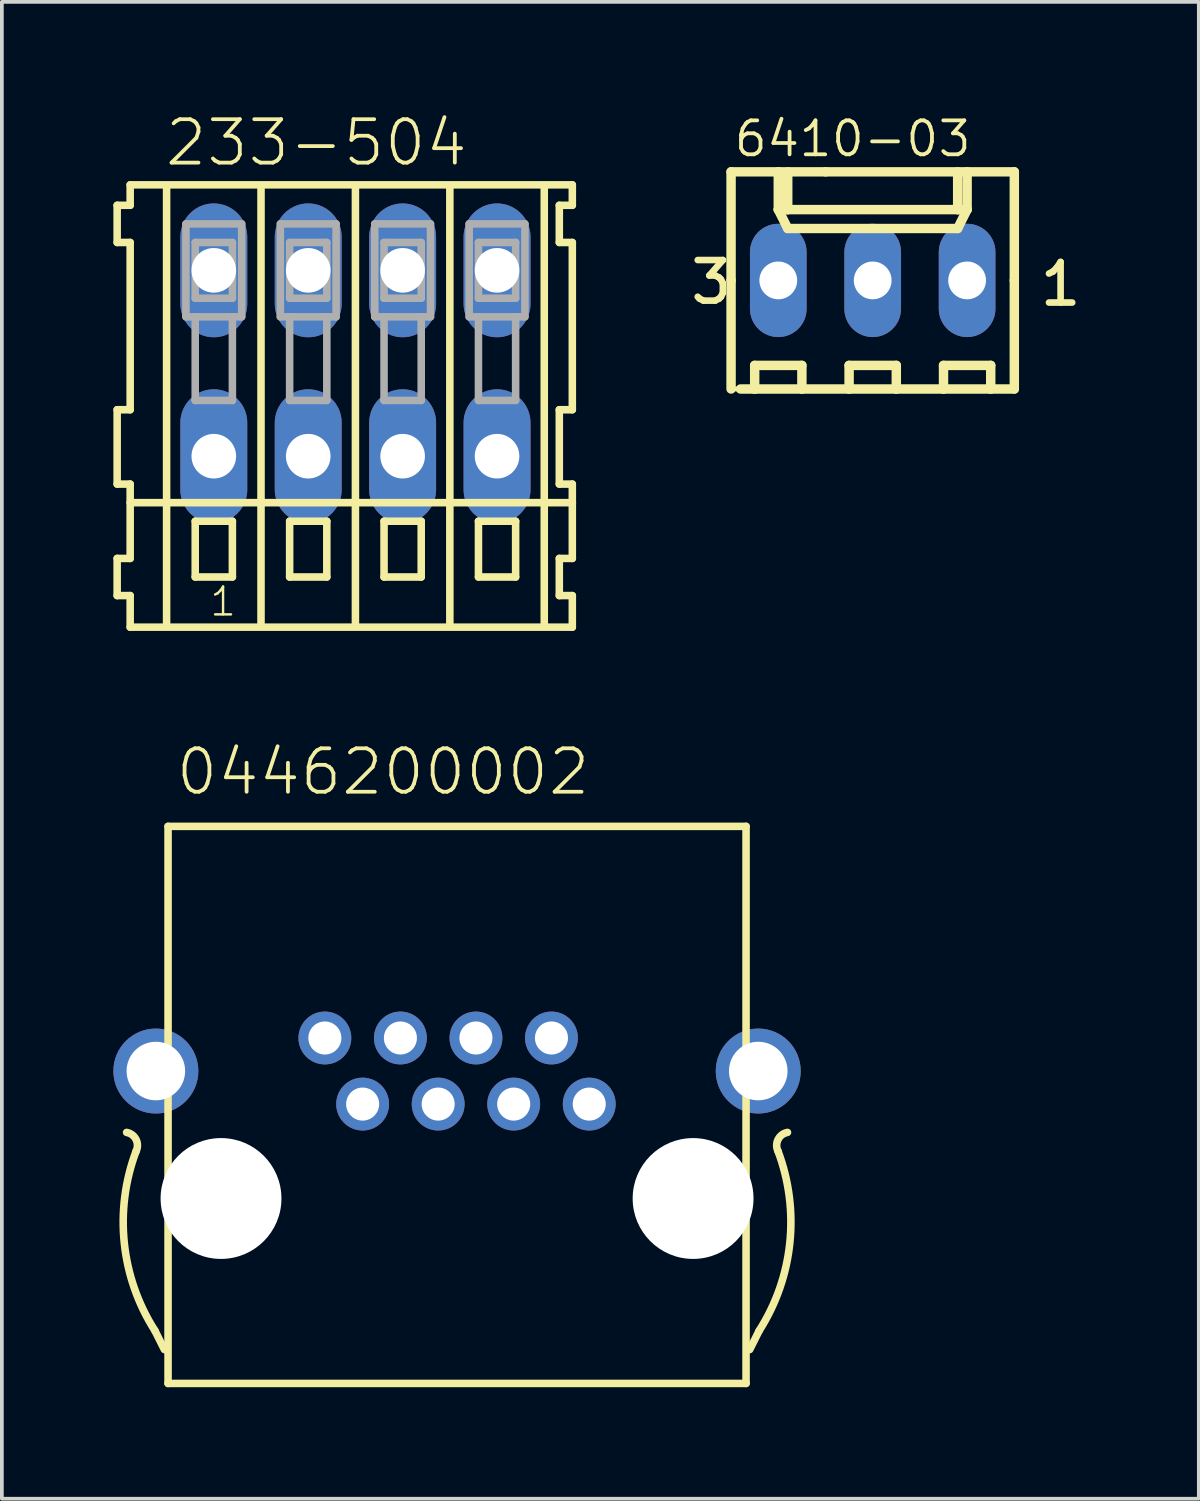
<source format=kicad_pcb>
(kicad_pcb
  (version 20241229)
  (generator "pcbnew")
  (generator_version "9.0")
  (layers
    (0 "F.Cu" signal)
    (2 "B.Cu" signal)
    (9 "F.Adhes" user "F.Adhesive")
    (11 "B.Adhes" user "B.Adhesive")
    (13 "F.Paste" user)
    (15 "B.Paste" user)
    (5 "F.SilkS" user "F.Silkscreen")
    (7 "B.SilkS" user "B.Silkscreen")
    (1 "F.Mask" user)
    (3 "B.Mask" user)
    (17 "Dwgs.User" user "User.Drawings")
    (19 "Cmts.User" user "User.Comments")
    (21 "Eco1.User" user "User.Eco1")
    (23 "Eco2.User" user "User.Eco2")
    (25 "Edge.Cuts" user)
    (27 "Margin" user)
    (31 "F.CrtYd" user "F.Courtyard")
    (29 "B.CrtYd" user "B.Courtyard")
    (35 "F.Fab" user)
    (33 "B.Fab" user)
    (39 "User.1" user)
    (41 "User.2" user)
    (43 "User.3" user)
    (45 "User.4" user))
  (footprint "6410-03"
    (layer "F.Cu")
    (at 20.428 4.494)
    (property "Reference" "6410-03" (at -3.783 -3.275 0) (layer "F.SilkS") (effects (font (size 0.914 0.914) (thickness 0.102)) (justify left bottom)))
    (fp_line (start -3.81 -2.921) (end -2.54 -2.921) (stroke (width 0.254) (type solid)) (layer "F.SilkS"))
    (fp_line (start -3.81 0) (end -3.81 -2.921) (stroke (width 0.254) (type solid)) (layer "F.SilkS"))
    (fp_line (start -3.81 0) (end -3.81 2.921) (stroke (width 0.254) (type solid)) (layer "F.SilkS"))
    (fp_line (start -3.81 2.921) (end -1.27 2.921) (stroke (width 0.127) (type solid)) (layer "F.SilkS"))
    (fp_line (start -3.556 2.921) (end -3.175 2.921) (stroke (width 0.254) (type solid)) (layer "F.SilkS"))
    (fp_line (start -3.175 2.286) (end -1.905 2.286) (stroke (width 0.254) (type solid)) (layer "F.SilkS"))
    (fp_line (start -3.175 2.921) (end -3.175 2.286) (stroke (width 0.254) (type solid)) (layer "F.SilkS"))
    (fp_line (start -2.54 -2.921) (end -1.27 -2.921) (stroke (width 0.254) (type solid)) (layer "F.SilkS"))
    (fp_line (start -2.54 -2.54) (end -2.54 -2.921) (stroke (width 0.127) (type solid)) (layer "F.SilkS"))
    (fp_line (start -2.54 -1.905) (end -2.54 -2.921) (stroke (width 0.254) (type solid)) (layer "F.SilkS"))
    (fp_line (start -2.54 -1.905) (end -2.286 -1.905) (stroke (width 0.254) (type solid)) (layer "F.SilkS"))
    (fp_line (start -2.54 -1.905) (end -2.286 -1.397) (stroke (width 0.254) (type solid)) (layer "F.SilkS"))
    (fp_line (start -2.286 -2.921) (end -2.54 -2.921) (stroke (width 0.127) (type solid)) (layer "F.SilkS"))
    (fp_line (start -2.286 -2.921) (end -2.286 -1.905) (stroke (width 0.254) (type solid)) (layer "F.SilkS"))
    (fp_line (start -2.286 -1.905) (end 2.286 -1.905) (stroke (width 0.254) (type solid)) (layer "F.SilkS"))
    (fp_line (start -2.286 -1.397) (end 2.286 -1.397) (stroke (width 0.254) (type solid)) (layer "F.SilkS"))
    (fp_line (start -1.905 2.286) (end -1.905 2.921) (stroke (width 0.254) (type solid)) (layer "F.SilkS"))
    (fp_line (start -1.905 2.921) (end -3.175 2.921) (stroke (width 0.254) (type solid)) (layer "F.SilkS"))
    (fp_line (start -1.905 2.921) (end -0.635 2.921) (stroke (width 0.254) (type solid)) (layer "F.SilkS"))
    (fp_line (start -0.635 2.286) (end 0.635 2.286) (stroke (width 0.254) (type solid)) (layer "F.SilkS"))
    (fp_line (start -0.635 2.921) (end -1.27 2.921) (stroke (width 0.127) (type solid)) (layer "F.SilkS"))
    (fp_line (start -0.635 2.921) (end -0.635 2.286) (stroke (width 0.254) (type solid)) (layer "F.SilkS"))
    (fp_line (start 0.635 2.286) (end 0.635 2.921) (stroke (width 0.254) (type solid)) (layer "F.SilkS"))
    (fp_line (start 0.635 2.921) (end -0.635 2.921) (stroke (width 0.254) (type solid)) (layer "F.SilkS"))
    (fp_line (start 0.635 2.921) (end 1.905 2.921) (stroke (width 0.254) (type solid)) (layer "F.SilkS"))
    (fp_line (start 1.905 2.286) (end 3.175 2.286) (stroke (width 0.254) (type solid)) (layer "F.SilkS"))
    (fp_line (start 1.905 2.921) (end 1.905 2.286) (stroke (width 0.254) (type solid)) (layer "F.SilkS"))
    (fp_line (start 2.286 -2.921) (end 2.286 -1.905) (stroke (width 0.254) (type solid)) (layer "F.SilkS"))
    (fp_line (start 2.286 -1.905) (end 2.54 -1.905) (stroke (width 0.254) (type solid)) (layer "F.SilkS"))
    (fp_line (start 2.286 -1.397) (end 2.54 -1.905) (stroke (width 0.254) (type solid)) (layer "F.SilkS"))
    (fp_line (start 2.54 -1.905) (end 2.54 -2.921) (stroke (width 0.254) (type solid)) (layer "F.SilkS"))
    (fp_line (start 3.175 2.286) (end 3.175 2.921) (stroke (width 0.254) (type solid)) (layer "F.SilkS"))
    (fp_line (start 3.175 2.921) (end 1.905 2.921) (stroke (width 0.254) (type solid)) (layer "F.SilkS"))
    (fp_line (start 3.175 2.921) (end 3.81 2.921) (stroke (width 0.254) (type solid)) (layer "F.SilkS"))
    (fp_line (start 3.81 -2.921) (end -1.27 -2.921) (stroke (width 0.254) (type solid)) (layer "F.SilkS"))
    (fp_line (start 3.81 0) (end 3.81 -2.921) (stroke (width 0.254) (type solid)) (layer "F.SilkS"))
    (fp_line (start 3.81 0) (end 3.81 2.921) (stroke (width 0.254) (type solid)) (layer "F.SilkS"))
    (fp_poly (pts (xy -2.794 0.254) (xy -2.286 0.254) (xy -2.286 -0.254) (xy -2.794 -0.254)) (stroke (width 0.1) (type default)) (fill no) (layer "F.Fab"))
    (fp_poly (pts (xy -0.254 0.254) (xy 0.254 0.254) (xy 0.254 -0.254) (xy -0.254 -0.254)) (stroke (width 0.1) (type default)) (fill no) (layer "F.Fab"))
    (fp_poly (pts (xy 2.286 0.254) (xy 2.794 0.254) (xy 2.794 -0.254) (xy 2.286 -0.254)) (stroke (width 0.1) (type default)) (fill no) (layer "F.Fab"))
    (fp_text user "3" (at -4.98 0.687 0) (layer "F.SilkS") (effects (font (size 1.092 1.092) (thickness 0.178)) (justify left bottom)))
    (fp_text user "1" (at 4.418 0.738 0) (layer "F.SilkS") (effects (font (size 1.092 1.092) (thickness 0.178)) (justify left bottom)))
    (pad "1" thru_hole oval (at 2.54 0 90) (size 3.048 1.524) (drill 1.016) (layers "*.Cu" "*.Mask"))
    (pad "2" thru_hole oval (at 0 0 90) (size 3.048 1.524) (drill 1.016) (layers "*.Cu" "*.Mask"))
    (pad "3" thru_hole oval (at -2.54 0 90) (size 3.048 1.524) (drill 1.016) (layers "*.Cu" "*.Mask")))
  (footprint "0446200002"
    (layer "F.Cu")
    (at 9.246 29.193)
    (property "Reference" "0446200002" (at -7.62 -10.795 0) (layer "F.SilkS") (effects (font (size 1.168 1.168) (thickness 0.102)) (justify left bottom)))
    (fp_line (start -7.874 4.064) (end -8.128 3.556) (stroke (width 0.203) (type solid)) (layer "F.SilkS"))
    (fp_line (start -7.775 -10.011) (end 7.775 -10.011) (stroke (width 0.203) (type solid)) (layer "F.SilkS"))
    (fp_line (start -7.775 4.975) (end -7.775 -10.011) (stroke (width 0.203) (type solid)) (layer "F.SilkS"))
    (fp_line (start -7.775 4.975) (end 7.775 4.975) (stroke (width 0.203) (type solid)) (layer "F.SilkS"))
    (fp_line (start 7.775 4.975) (end 7.775 -10.011) (stroke (width 0.203) (type solid)) (layer "F.SilkS"))
    (fp_line (start 7.874 4.064) (end 8.128 3.556) (stroke (width 0.203) (type solid)) (layer "F.SilkS"))
    (fp_arc (start -8.889999 -1.777999) (mid -8.636 -1.587499) (end -8.636 -1.27) (stroke (width 0.2032) (type solid)) (layer "F.SilkS"))
    (fp_arc (start -8.128 3.556) (mid -8.951632 1.202961) (end -8.636 -1.270001) (stroke (width 0.2032) (type solid)) (layer "F.SilkS"))
    (fp_arc (start 8.636 -1.270001) (mid 8.951632 1.202961) (end 8.128 3.556) (stroke (width 0.2032) (type solid)) (layer "F.SilkS"))
    (fp_arc (start 8.636 -1.27) (mid 8.636 -1.587499) (end 8.889999 -1.777999) (stroke (width 0.2032) (type solid)) (layer "F.SilkS"))
    (pad "" np_thru_hole circle (at -6.35 0) (size 3.251 3.251) (drill 3.251) (layers "*.Cu" "*.Mask"))
    (pad "" np_thru_hole circle (at 6.35 0) (size 3.251 3.251) (drill 3.251) (layers "*.Cu" "*.Mask"))
    (pad "1" thru_hole circle (at 3.556 -2.54) (size 1.422 1.422) (drill 0.889) (layers "*.Cu" "*.Mask"))
    (pad "2" thru_hole circle (at 2.54 -4.318) (size 1.422 1.422) (drill 0.889) (layers "*.Cu" "*.Mask"))
    (pad "3" thru_hole circle (at 1.524 -2.54) (size 1.422 1.422) (drill 0.889) (layers "*.Cu" "*.Mask"))
    (pad "4" thru_hole circle (at 0.508 -4.318) (size 1.422 1.422) (drill 0.889) (layers "*.Cu" "*.Mask"))
    (pad "5" thru_hole circle (at -0.508 -2.54) (size 1.422 1.422) (drill 0.889) (layers "*.Cu" "*.Mask"))
    (pad "6" thru_hole circle (at -1.524 -4.318) (size 1.422 1.422) (drill 0.889) (layers "*.Cu" "*.Mask"))
    (pad "7" thru_hole circle (at -2.54 -2.54) (size 1.422 1.422) (drill 0.889) (layers "*.Cu" "*.Mask"))
    (pad "8" thru_hole circle (at -3.556 -4.318) (size 1.422 1.422) (drill 0.889) (layers "*.Cu" "*.Mask"))
    (pad "S@1" thru_hole circle (at -8.103 -3.429) (size 2.286 2.286) (drill 1.575) (layers "*.Cu" "*.Mask"))
    (pad "S@2" thru_hole circle (at 8.103 -3.429) (size 2.286 2.286) (drill 1.575) (layers "*.Cu" "*.Mask")))
  (footprint "233-504"
    (layer "F.Cu")
    (at 6.512 6.723)
    (property "Reference" "233-504" (at -5.18 -5.25 0) (layer "F.SilkS") (effects (font (size 1.168 1.168) (thickness 0.102)) (justify left bottom)))
    (fp_line (start -6.41 -4.25) (end -6.41 -3.25) (stroke (width 0.203) (type solid)) (layer "F.SilkS"))
    (fp_line (start -6.41 -3.25) (end -6.06 -3.25) (stroke (width 0.203) (type solid)) (layer "F.SilkS"))
    (fp_line (start -6.41 1.25) (end -6.41 3.25) (stroke (width 0.203) (type solid)) (layer "F.SilkS"))
    (fp_line (start -6.41 3.25) (end -6.06 3.25) (stroke (width 0.203) (type solid)) (layer "F.SilkS"))
    (fp_line (start -6.41 5.25) (end -6.41 6.25) (stroke (width 0.203) (type solid)) (layer "F.SilkS"))
    (fp_line (start -6.41 6.25) (end -6.06 6.25) (stroke (width 0.203) (type solid)) (layer "F.SilkS"))
    (fp_line (start -6.06 -4.8) (end -6.06 -4.25) (stroke (width 0.203) (type solid)) (layer "F.SilkS"))
    (fp_line (start -6.06 -4.25) (end -6.41 -4.25) (stroke (width 0.203) (type solid)) (layer "F.SilkS"))
    (fp_line (start -6.06 -3.25) (end -6.06 1.25) (stroke (width 0.203) (type solid)) (layer "F.SilkS"))
    (fp_line (start -6.06 1.25) (end -6.41 1.25) (stroke (width 0.203) (type solid)) (layer "F.SilkS"))
    (fp_line (start -6.06 3.25) (end -6.06 5.25) (stroke (width 0.203) (type solid)) (layer "F.SilkS"))
    (fp_line (start -6.06 3.75) (end 5.835 3.75) (stroke (width 0.203) (type solid)) (layer "F.SilkS"))
    (fp_line (start -6.06 5.25) (end -6.41 5.25) (stroke (width 0.203) (type solid)) (layer "F.SilkS"))
    (fp_line (start -6.06 6.25) (end -6.06 7.1) (stroke (width 0.203) (type solid)) (layer "F.SilkS"))
    (fp_line (start -6.06 7.1) (end 5.835 7.1) (stroke (width 0.203) (type solid)) (layer "F.SilkS"))
    (fp_line (start -5.08 6.985) (end -5.08 -4.699) (stroke (width 0.203) (type solid)) (layer "F.SilkS"))
    (fp_line (start -4.31 4.25) (end -4.31 5.75) (stroke (width 0.203) (type solid)) (layer "F.SilkS"))
    (fp_line (start -4.31 5.75) (end -3.31 5.75) (stroke (width 0.203) (type solid)) (layer "F.SilkS"))
    (fp_line (start -3.31 4.25) (end -4.31 4.25) (stroke (width 0.203) (type solid)) (layer "F.SilkS"))
    (fp_line (start -3.31 5.75) (end -3.31 4.25) (stroke (width 0.203) (type solid)) (layer "F.SilkS"))
    (fp_line (start -2.54 6.985) (end -2.54 -4.699) (stroke (width 0.203) (type solid)) (layer "F.SilkS"))
    (fp_line (start -1.77 4.25) (end -1.77 5.75) (stroke (width 0.203) (type solid)) (layer "F.SilkS"))
    (fp_line (start -1.77 5.75) (end -0.77 5.75) (stroke (width 0.203) (type solid)) (layer "F.SilkS"))
    (fp_line (start -0.77 4.25) (end -1.77 4.25) (stroke (width 0.203) (type solid)) (layer "F.SilkS"))
    (fp_line (start -0.77 5.75) (end -0.77 4.25) (stroke (width 0.203) (type solid)) (layer "F.SilkS"))
    (fp_line (start 0 6.985) (end 0 -4.699) (stroke (width 0.203) (type solid)) (layer "F.SilkS"))
    (fp_line (start 0.77 4.25) (end 0.77 5.75) (stroke (width 0.203) (type solid)) (layer "F.SilkS"))
    (fp_line (start 0.77 5.75) (end 1.77 5.75) (stroke (width 0.203) (type solid)) (layer "F.SilkS"))
    (fp_line (start 1.77 4.25) (end 0.77 4.25) (stroke (width 0.203) (type solid)) (layer "F.SilkS"))
    (fp_line (start 1.77 5.75) (end 1.77 4.25) (stroke (width 0.203) (type solid)) (layer "F.SilkS"))
    (fp_line (start 2.54 6.985) (end 2.54 -4.699) (stroke (width 0.203) (type solid)) (layer "F.SilkS"))
    (fp_line (start 3.31 4.25) (end 3.31 5.75) (stroke (width 0.203) (type solid)) (layer "F.SilkS"))
    (fp_line (start 3.31 5.75) (end 4.31 5.75) (stroke (width 0.203) (type solid)) (layer "F.SilkS"))
    (fp_line (start 4.31 4.25) (end 3.31 4.25) (stroke (width 0.203) (type solid)) (layer "F.SilkS"))
    (fp_line (start 4.31 5.75) (end 4.31 4.25) (stroke (width 0.203) (type solid)) (layer "F.SilkS"))
    (fp_line (start 5.08 6.985) (end 5.08 -4.699) (stroke (width 0.203) (type solid)) (layer "F.SilkS"))
    (fp_line (start 5.485 -4.25) (end 5.485 -3.25) (stroke (width 0.203) (type solid)) (layer "F.SilkS"))
    (fp_line (start 5.485 -3.25) (end 5.835 -3.25) (stroke (width 0.203) (type solid)) (layer "F.SilkS"))
    (fp_line (start 5.485 1.25) (end 5.485 3.25) (stroke (width 0.203) (type solid)) (layer "F.SilkS"))
    (fp_line (start 5.485 3.25) (end 5.835 3.25) (stroke (width 0.203) (type solid)) (layer "F.SilkS"))
    (fp_line (start 5.485 5.25) (end 5.485 6.25) (stroke (width 0.203) (type solid)) (layer "F.SilkS"))
    (fp_line (start 5.485 6.25) (end 5.835 6.25) (stroke (width 0.203) (type solid)) (layer "F.SilkS"))
    (fp_line (start 5.835 -4.8) (end -6.06 -4.8) (stroke (width 0.203) (type solid)) (layer "F.SilkS"))
    (fp_line (start 5.835 -4.25) (end 5.485 -4.25) (stroke (width 0.203) (type solid)) (layer "F.SilkS"))
    (fp_line (start 5.835 -4.25) (end 5.835 -4.8) (stroke (width 0.203) (type solid)) (layer "F.SilkS"))
    (fp_line (start 5.835 1.25) (end 5.485 1.25) (stroke (width 0.203) (type solid)) (layer "F.SilkS"))
    (fp_line (start 5.835 1.25) (end 5.835 -3.25) (stroke (width 0.203) (type solid)) (layer "F.SilkS"))
    (fp_line (start 5.835 3.75) (end 5.835 3.25) (stroke (width 0.203) (type solid)) (layer "F.SilkS"))
    (fp_line (start 5.835 5.25) (end 5.485 5.25) (stroke (width 0.203) (type solid)) (layer "F.SilkS"))
    (fp_line (start 5.835 5.25) (end 5.835 3.75) (stroke (width 0.203) (type solid)) (layer "F.SilkS"))
    (fp_line (start 5.835 7.1) (end 5.835 6.25) (stroke (width 0.203) (type solid)) (layer "F.SilkS"))
    (fp_line (start -4.56 -3.75) (end -4.56 -1.25) (stroke (width 0.203) (type solid)) (layer "F.Fab"))
    (fp_line (start -4.56 -1.25) (end -4.31 -1.25) (stroke (width 0.203) (type solid)) (layer "F.Fab"))
    (fp_line (start -4.31 -3.25) (end -4.31 -1.75) (stroke (width 0.203) (type solid)) (layer "F.Fab"))
    (fp_line (start -4.31 -1.75) (end -3.31 -1.75) (stroke (width 0.203) (type solid)) (layer "F.Fab"))
    (fp_line (start -4.31 -1.25) (end -4.31 1) (stroke (width 0.203) (type solid)) (layer "F.Fab"))
    (fp_line (start -4.31 -1.25) (end -3.31 -1.25) (stroke (width 0.203) (type solid)) (layer "F.Fab"))
    (fp_line (start -4.31 1) (end -3.31 1) (stroke (width 0.203) (type solid)) (layer "F.Fab"))
    (fp_line (start -3.31 -3.25) (end -4.31 -3.25) (stroke (width 0.203) (type solid)) (layer "F.Fab"))
    (fp_line (start -3.31 -1.75) (end -3.31 -3.25) (stroke (width 0.203) (type solid)) (layer "F.Fab"))
    (fp_line (start -3.31 -1.25) (end -3.06 -1.25) (stroke (width 0.203) (type solid)) (layer "F.Fab"))
    (fp_line (start -3.31 1) (end -3.31 -1.25) (stroke (width 0.203) (type solid)) (layer "F.Fab"))
    (fp_line (start -3.06 -3.75) (end -4.56 -3.75) (stroke (width 0.203) (type solid)) (layer "F.Fab"))
    (fp_line (start -3.06 -1.25) (end -3.06 -3.75) (stroke (width 0.203) (type solid)) (layer "F.Fab"))
    (fp_line (start -2.02 -3.75) (end -2.02 -1.25) (stroke (width 0.203) (type solid)) (layer "F.Fab"))
    (fp_line (start -2.02 -1.25) (end -1.77 -1.25) (stroke (width 0.203) (type solid)) (layer "F.Fab"))
    (fp_line (start -1.77 -3.25) (end -1.77 -1.75) (stroke (width 0.203) (type solid)) (layer "F.Fab"))
    (fp_line (start -1.77 -1.75) (end -0.77 -1.75) (stroke (width 0.203) (type solid)) (layer "F.Fab"))
    (fp_line (start -1.77 -1.25) (end -1.77 1) (stroke (width 0.203) (type solid)) (layer "F.Fab"))
    (fp_line (start -1.77 -1.25) (end -0.77 -1.25) (stroke (width 0.203) (type solid)) (layer "F.Fab"))
    (fp_line (start -1.77 1) (end -0.77 1) (stroke (width 0.203) (type solid)) (layer "F.Fab"))
    (fp_line (start -0.77 -3.25) (end -1.77 -3.25) (stroke (width 0.203) (type solid)) (layer "F.Fab"))
    (fp_line (start -0.77 -1.75) (end -0.77 -3.25) (stroke (width 0.203) (type solid)) (layer "F.Fab"))
    (fp_line (start -0.77 -1.25) (end -0.52 -1.25) (stroke (width 0.203) (type solid)) (layer "F.Fab"))
    (fp_line (start -0.77 1) (end -0.77 -1.25) (stroke (width 0.203) (type solid)) (layer "F.Fab"))
    (fp_line (start -0.52 -3.75) (end -2.02 -3.75) (stroke (width 0.203) (type solid)) (layer "F.Fab"))
    (fp_line (start -0.52 -1.25) (end -0.52 -3.75) (stroke (width 0.203) (type solid)) (layer "F.Fab"))
    (fp_line (start 0.52 -3.75) (end 0.52 -1.25) (stroke (width 0.203) (type solid)) (layer "F.Fab"))
    (fp_line (start 0.52 -1.25) (end 0.77 -1.25) (stroke (width 0.203) (type solid)) (layer "F.Fab"))
    (fp_line (start 0.77 -3.25) (end 0.77 -1.75) (stroke (width 0.203) (type solid)) (layer "F.Fab"))
    (fp_line (start 0.77 -1.75) (end 1.77 -1.75) (stroke (width 0.203) (type solid)) (layer "F.Fab"))
    (fp_line (start 0.77 -1.25) (end 0.77 1) (stroke (width 0.203) (type solid)) (layer "F.Fab"))
    (fp_line (start 0.77 -1.25) (end 1.77 -1.25) (stroke (width 0.203) (type solid)) (layer "F.Fab"))
    (fp_line (start 0.77 1) (end 1.77 1) (stroke (width 0.203) (type solid)) (layer "F.Fab"))
    (fp_line (start 1.77 -3.25) (end 0.77 -3.25) (stroke (width 0.203) (type solid)) (layer "F.Fab"))
    (fp_line (start 1.77 -1.75) (end 1.77 -3.25) (stroke (width 0.203) (type solid)) (layer "F.Fab"))
    (fp_line (start 1.77 -1.25) (end 2.02 -1.25) (stroke (width 0.203) (type solid)) (layer "F.Fab"))
    (fp_line (start 1.77 1) (end 1.77 -1.25) (stroke (width 0.203) (type solid)) (layer "F.Fab"))
    (fp_line (start 2.02 -3.75) (end 0.52 -3.75) (stroke (width 0.203) (type solid)) (layer "F.Fab"))
    (fp_line (start 2.02 -1.25) (end 2.02 -3.75) (stroke (width 0.203) (type solid)) (layer "F.Fab"))
    (fp_line (start 3.06 -3.75) (end 3.06 -1.25) (stroke (width 0.203) (type solid)) (layer "F.Fab"))
    (fp_line (start 3.06 -1.25) (end 3.31 -1.25) (stroke (width 0.203) (type solid)) (layer "F.Fab"))
    (fp_line (start 3.31 -3.25) (end 3.31 -1.75) (stroke (width 0.203) (type solid)) (layer "F.Fab"))
    (fp_line (start 3.31 -1.75) (end 4.31 -1.75) (stroke (width 0.203) (type solid)) (layer "F.Fab"))
    (fp_line (start 3.31 -1.25) (end 3.31 1) (stroke (width 0.203) (type solid)) (layer "F.Fab"))
    (fp_line (start 3.31 -1.25) (end 4.31 -1.25) (stroke (width 0.203) (type solid)) (layer "F.Fab"))
    (fp_line (start 3.31 1) (end 4.31 1) (stroke (width 0.203) (type solid)) (layer "F.Fab"))
    (fp_line (start 4.31 -3.25) (end 3.31 -3.25) (stroke (width 0.203) (type solid)) (layer "F.Fab"))
    (fp_line (start 4.31 -1.75) (end 4.31 -3.25) (stroke (width 0.203) (type solid)) (layer "F.Fab"))
    (fp_line (start 4.31 -1.25) (end 4.56 -1.25) (stroke (width 0.203) (type solid)) (layer "F.Fab"))
    (fp_line (start 4.31 1) (end 4.31 -1.25) (stroke (width 0.203) (type solid)) (layer "F.Fab"))
    (fp_line (start 4.56 -3.75) (end 3.06 -3.75) (stroke (width 0.203) (type solid)) (layer "F.Fab"))
    (fp_line (start 4.56 -1.25) (end 4.56 -3.75) (stroke (width 0.203) (type solid)) (layer "F.Fab"))
    (fp_text user "1" (at -3.96 6.85 0) (layer "F.SilkS") (effects (font (size 0.748 0.748) (thickness 0.065)) (justify left bottom)))
    (pad "A1" thru_hole oval (at -3.81 -2.5 90) (size 3.6 1.8) (drill 1.2) (layers "*.Cu" "*.Mask"))
    (pad "A2" thru_hole oval (at -1.27 -2.5 90) (size 3.6 1.8) (drill 1.2) (layers "*.Cu" "*.Mask"))
    (pad "A3" thru_hole oval (at 1.27 -2.5 90) (size 3.6 1.8) (drill 1.2) (layers "*.Cu" "*.Mask"))
    (pad "A4" thru_hole oval (at 3.81 -2.5 90) (size 3.6 1.8) (drill 1.2) (layers "*.Cu" "*.Mask"))
    (pad "B1" thru_hole oval (at -3.81 2.5 90) (size 3.6 1.8) (drill 1.2) (layers "*.Cu" "*.Mask"))
    (pad "B2" thru_hole oval (at -1.27 2.5 90) (size 3.6 1.8) (drill 1.2) (layers "*.Cu" "*.Mask"))
    (pad "B3" thru_hole oval (at 1.27 2.5 90) (size 3.6 1.8) (drill 1.2) (layers "*.Cu" "*.Mask"))
    (pad "B4" thru_hole oval (at 3.81 2.5 90) (size 3.6 1.8) (drill 1.2) (layers "*.Cu" "*.Mask")))
  (gr_rect
    (start -3 -3)
    (end 29.201 37.27)
    (stroke (width 0.1) (type default))
    (fill no)
    (layer "Edge.Cuts")))
</source>
